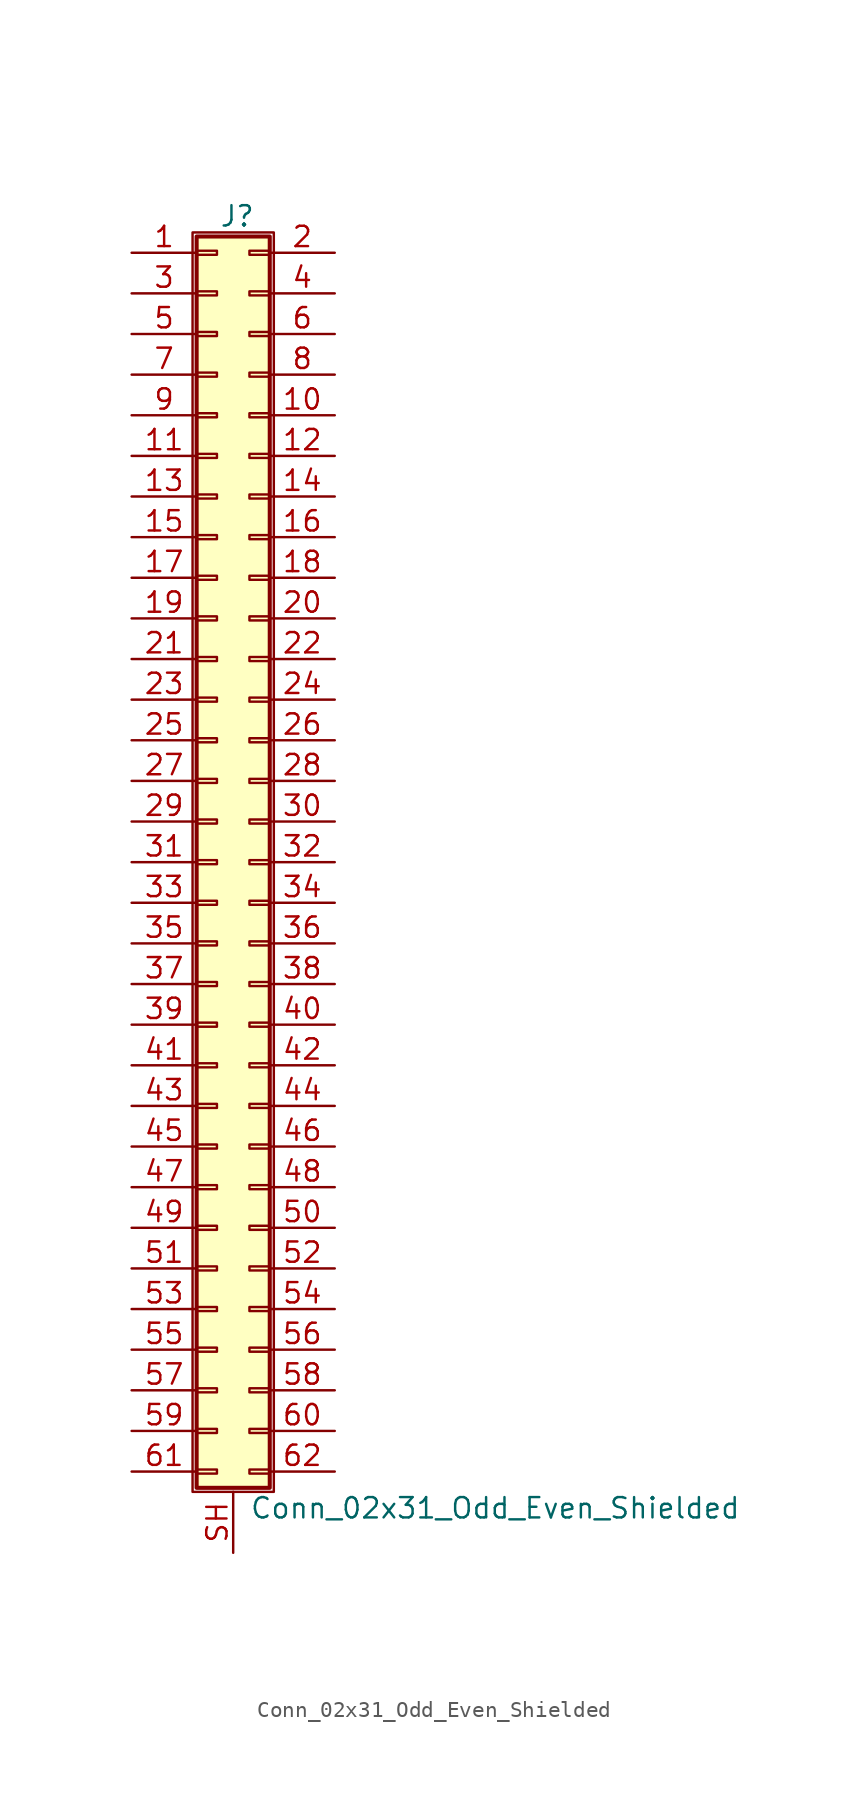
<source format=kicad_sym>
(kicad_symbol_lib
  (version 20201005)
  (generator kicad_symbol_editor)
  (symbol "Conn_02x31_Odd_Even_Shielded"
    (pin_names
      (offset 1.016) hide)
    (property "Reference" "J"
      (at 1.524 40.386 0)
      (effects (font (size 1.27 1.27))))
    (property "Value" "Conn_02x31_Odd_Even_Shielded"
      (at 2.286 -40.386 0)
      (effects (font (size 1.27 1.27)) (justify left)))
    (symbol "Conn_02x31_Odd_Even_Shielded_1_1"
      (rectangle (start -1.27 39.37) (end 3.81 -39.37) (stroke (width 0.152)) (fill (type none)))
      (rectangle (start -1.016 -37.973) (end 0.254 -38.227) (stroke (width 0.152)) (fill (type none)))
      (rectangle (start -1.016 -35.433) (end 0.254 -35.687) (stroke (width 0.152)) (fill (type none)))
      (rectangle (start -1.016 -32.893) (end 0.254 -33.147) (stroke (width 0.152)) (fill (type none)))
      (rectangle (start -1.016 -30.353) (end 0.254 -30.607) (stroke (width 0.152)) (fill (type none)))
      (rectangle (start -1.016 -27.813) (end 0.254 -28.067) (stroke (width 0.152)) (fill (type none)))
      (rectangle (start -1.016 -25.273) (end 0.254 -25.527) (stroke (width 0.152)) (fill (type none)))
      (rectangle (start -1.016 -22.733) (end 0.254 -22.987) (stroke (width 0.152)) (fill (type none)))
      (rectangle (start -1.016 -20.193) (end 0.254 -20.447) (stroke (width 0.152)) (fill (type none)))
      (rectangle (start -1.016 -17.653) (end 0.254 -17.907) (stroke (width 0.152)) (fill (type none)))
      (rectangle (start -1.016 -15.113) (end 0.254 -15.367) (stroke (width 0.152)) (fill (type none)))
      (rectangle (start -1.016 -12.573) (end 0.254 -12.827) (stroke (width 0.152)) (fill (type none)))
      (rectangle (start -1.016 -10.033) (end 0.254 -10.287) (stroke (width 0.152)) (fill (type none)))
      (rectangle (start -1.016 -7.493) (end 0.254 -7.747) (stroke (width 0.152)) (fill (type none)))
      (rectangle (start -1.016 -4.953) (end 0.254 -5.207) (stroke (width 0.152)) (fill (type none)))
      (rectangle (start -1.016 -2.413) (end 0.254 -2.667) (stroke (width 0.152)) (fill (type none)))
      (rectangle (start -1.016 0.127) (end 0.254 -0.127) (stroke (width 0.152)) (fill (type none)))
      (rectangle (start -1.016 2.667) (end 0.254 2.413) (stroke (width 0.152)) (fill (type none)))
      (rectangle (start -1.016 5.207) (end 0.254 4.953) (stroke (width 0.152)) (fill (type none)))
      (rectangle (start -1.016 7.747) (end 0.254 7.493) (stroke (width 0.152)) (fill (type none)))
      (rectangle (start -1.016 10.287) (end 0.254 10.033) (stroke (width 0.152)) (fill (type none)))
      (rectangle (start -1.016 12.827) (end 0.254 12.573) (stroke (width 0.152)) (fill (type none)))
      (rectangle (start -1.016 15.367) (end 0.254 15.113) (stroke (width 0.152)) (fill (type none)))
      (rectangle (start -1.016 17.907) (end 0.254 17.653) (stroke (width 0.152)) (fill (type none)))
      (rectangle (start -1.016 20.447) (end 0.254 20.193) (stroke (width 0.152)) (fill (type none)))
      (rectangle (start -1.016 22.987) (end 0.254 22.733) (stroke (width 0.152)) (fill (type none)))
      (rectangle (start -1.016 25.527) (end 0.254 25.273) (stroke (width 0.152)) (fill (type none)))
      (rectangle (start -1.016 28.067) (end 0.254 27.813) (stroke (width 0.152)) (fill (type none)))
      (rectangle (start -1.016 30.607) (end 0.254 30.353) (stroke (width 0.152)) (fill (type none)))
      (rectangle (start -1.016 33.147) (end 0.254 32.893) (stroke (width 0.152)) (fill (type none)))
      (rectangle (start -1.016 35.687) (end 0.254 35.433) (stroke (width 0.152)) (fill (type none)))
      (rectangle (start -1.016 38.227) (end 0.254 37.973) (stroke (width 0.152)) (fill (type none)))
      (rectangle (start 3.556 -37.973) (end 2.286 -38.227) (stroke (width 0.152)) (fill (type none)))
      (rectangle (start 3.556 -35.433) (end 2.286 -35.687) (stroke (width 0.152)) (fill (type none)))
      (rectangle (start 3.556 -32.893) (end 2.286 -33.147) (stroke (width 0.152)) (fill (type none)))
      (rectangle (start 3.556 -30.353) (end 2.286 -30.607) (stroke (width 0.152)) (fill (type none)))
      (rectangle (start 3.556 -27.813) (end 2.286 -28.067) (stroke (width 0.152)) (fill (type none)))
      (rectangle (start 3.556 -25.273) (end 2.286 -25.527) (stroke (width 0.152)) (fill (type none)))
      (rectangle (start 3.556 -22.733) (end 2.286 -22.987) (stroke (width 0.152)) (fill (type none)))
      (rectangle (start 3.556 -20.193) (end 2.286 -20.447) (stroke (width 0.152)) (fill (type none)))
      (rectangle (start 3.556 -17.653) (end 2.286 -17.907) (stroke (width 0.152)) (fill (type none)))
      (rectangle (start 3.556 -15.113) (end 2.286 -15.367) (stroke (width 0.152)) (fill (type none)))
      (rectangle (start 3.556 -12.573) (end 2.286 -12.827) (stroke (width 0.152)) (fill (type none)))
      (rectangle (start 3.556 -10.033) (end 2.286 -10.287) (stroke (width 0.152)) (fill (type none)))
      (rectangle (start 3.556 -7.493) (end 2.286 -7.747) (stroke (width 0.152)) (fill (type none)))
      (rectangle (start 3.556 -4.953) (end 2.286 -5.207) (stroke (width 0.152)) (fill (type none)))
      (rectangle (start 3.556 -2.413) (end 2.286 -2.667) (stroke (width 0.152)) (fill (type none)))
      (rectangle (start 3.556 0.127) (end 2.286 -0.127) (stroke (width 0.152)) (fill (type none)))
      (rectangle (start 3.556 2.667) (end 2.286 2.413) (stroke (width 0.152)) (fill (type none)))
      (rectangle (start 3.556 5.207) (end 2.286 4.953) (stroke (width 0.152)) (fill (type none)))
      (rectangle (start 3.556 7.747) (end 2.286 7.493) (stroke (width 0.152)) (fill (type none)))
      (rectangle (start 3.556 10.287) (end 2.286 10.033) (stroke (width 0.152)) (fill (type none)))
      (rectangle (start 3.556 12.827) (end 2.286 12.573) (stroke (width 0.152)) (fill (type none)))
      (rectangle (start 3.556 15.367) (end 2.286 15.113) (stroke (width 0.152)) (fill (type none)))
      (rectangle (start 3.556 17.907) (end 2.286 17.653) (stroke (width 0.152)) (fill (type none)))
      (rectangle (start 3.556 20.447) (end 2.286 20.193) (stroke (width 0.152)) (fill (type none)))
      (rectangle (start 3.556 22.987) (end 2.286 22.733) (stroke (width 0.152)) (fill (type none)))
      (rectangle (start 3.556 25.527) (end 2.286 25.273) (stroke (width 0.152)) (fill (type none)))
      (rectangle (start 3.556 28.067) (end 2.286 27.813) (stroke (width 0.152)) (fill (type none)))
      (rectangle (start 3.556 30.607) (end 2.286 30.353) (stroke (width 0.152)) (fill (type none)))
      (rectangle (start 3.556 33.147) (end 2.286 32.893) (stroke (width 0.152)) (fill (type none)))
      (rectangle (start 3.556 35.687) (end 2.286 35.433) (stroke (width 0.152)) (fill (type none)))
      (rectangle (start 3.556 38.227) (end 2.286 37.973) (stroke (width 0.152)) (fill (type none)))
      (rectangle (start -1.016 39.116) (end 3.556 -39.116) (stroke (width 0.254)) (fill (type background)))
      (pin passive line (at -5.08 38.1 0) (length 4.064) (name "Pin_1" (effects (font (size 1.27 1.27)))) (number "1" (effects (font (size 1.27 1.27)))))
      (pin passive line (at 7.62 27.94 180) (length 4.064) (name "Pin_10" (effects (font (size 1.27 1.27)))) (number "10" (effects (font (size 1.27 1.27)))))
      (pin passive line (at -5.08 25.4 0) (length 4.064) (name "Pin_11" (effects (font (size 1.27 1.27)))) (number "11" (effects (font (size 1.27 1.27)))))
      (pin passive line (at 7.62 25.4 180) (length 4.064) (name "Pin_12" (effects (font (size 1.27 1.27)))) (number "12" (effects (font (size 1.27 1.27)))))
      (pin passive line (at -5.08 22.86 0) (length 4.064) (name "Pin_13" (effects (font (size 1.27 1.27)))) (number "13" (effects (font (size 1.27 1.27)))))
      (pin passive line (at 7.62 22.86 180) (length 4.064) (name "Pin_14" (effects (font (size 1.27 1.27)))) (number "14" (effects (font (size 1.27 1.27)))))
      (pin passive line (at -5.08 20.32 0) (length 4.064) (name "Pin_15" (effects (font (size 1.27 1.27)))) (number "15" (effects (font (size 1.27 1.27)))))
      (pin passive line (at 7.62 20.32 180) (length 4.064) (name "Pin_16" (effects (font (size 1.27 1.27)))) (number "16" (effects (font (size 1.27 1.27)))))
      (pin passive line (at -5.08 17.78 0) (length 4.064) (name "Pin_17" (effects (font (size 1.27 1.27)))) (number "17" (effects (font (size 1.27 1.27)))))
      (pin passive line (at 7.62 17.78 180) (length 4.064) (name "Pin_18" (effects (font (size 1.27 1.27)))) (number "18" (effects (font (size 1.27 1.27)))))
      (pin passive line (at -5.08 15.24 0) (length 4.064) (name "Pin_19" (effects (font (size 1.27 1.27)))) (number "19" (effects (font (size 1.27 1.27)))))
      (pin passive line (at 7.62 38.1 180) (length 4.064) (name "Pin_2" (effects (font (size 1.27 1.27)))) (number "2" (effects (font (size 1.27 1.27)))))
      (pin passive line (at 7.62 15.24 180) (length 4.064) (name "Pin_20" (effects (font (size 1.27 1.27)))) (number "20" (effects (font (size 1.27 1.27)))))
      (pin passive line (at -5.08 12.7 0) (length 4.064) (name "Pin_21" (effects (font (size 1.27 1.27)))) (number "21" (effects (font (size 1.27 1.27)))))
      (pin passive line (at 7.62 12.7 180) (length 4.064) (name "Pin_22" (effects (font (size 1.27 1.27)))) (number "22" (effects (font (size 1.27 1.27)))))
      (pin passive line (at -5.08 10.16 0) (length 4.064) (name "Pin_23" (effects (font (size 1.27 1.27)))) (number "23" (effects (font (size 1.27 1.27)))))
      (pin passive line (at 7.62 10.16 180) (length 4.064) (name "Pin_24" (effects (font (size 1.27 1.27)))) (number "24" (effects (font (size 1.27 1.27)))))
      (pin passive line (at -5.08 7.62 0) (length 4.064) (name "Pin_25" (effects (font (size 1.27 1.27)))) (number "25" (effects (font (size 1.27 1.27)))))
      (pin passive line (at 7.62 7.62 180) (length 4.064) (name "Pin_26" (effects (font (size 1.27 1.27)))) (number "26" (effects (font (size 1.27 1.27)))))
      (pin passive line (at -5.08 5.08 0) (length 4.064) (name "Pin_27" (effects (font (size 1.27 1.27)))) (number "27" (effects (font (size 1.27 1.27)))))
      (pin passive line (at 7.62 5.08 180) (length 4.064) (name "Pin_28" (effects (font (size 1.27 1.27)))) (number "28" (effects (font (size 1.27 1.27)))))
      (pin passive line (at -5.08 2.54 0) (length 4.064) (name "Pin_29" (effects (font (size 1.27 1.27)))) (number "29" (effects (font (size 1.27 1.27)))))
      (pin passive line (at -5.08 35.56 0) (length 4.064) (name "Pin_3" (effects (font (size 1.27 1.27)))) (number "3" (effects (font (size 1.27 1.27)))))
      (pin passive line (at 7.62 2.54 180) (length 4.064) (name "Pin_30" (effects (font (size 1.27 1.27)))) (number "30" (effects (font (size 1.27 1.27)))))
      (pin passive line (at -5.08 0 0) (length 4.064) (name "Pin_31" (effects (font (size 1.27 1.27)))) (number "31" (effects (font (size 1.27 1.27)))))
      (pin passive line (at 7.62 0 180) (length 4.064) (name "Pin_32" (effects (font (size 1.27 1.27)))) (number "32" (effects (font (size 1.27 1.27)))))
      (pin passive line (at -5.08 -2.54 0) (length 4.064) (name "Pin_33" (effects (font (size 1.27 1.27)))) (number "33" (effects (font (size 1.27 1.27)))))
      (pin passive line (at 7.62 -2.54 180) (length 4.064) (name "Pin_34" (effects (font (size 1.27 1.27)))) (number "34" (effects (font (size 1.27 1.27)))))
      (pin passive line (at -5.08 -5.08 0) (length 4.064) (name "Pin_35" (effects (font (size 1.27 1.27)))) (number "35" (effects (font (size 1.27 1.27)))))
      (pin passive line (at 7.62 -5.08 180) (length 4.064) (name "Pin_36" (effects (font (size 1.27 1.27)))) (number "36" (effects (font (size 1.27 1.27)))))
      (pin passive line (at -5.08 -7.62 0) (length 4.064) (name "Pin_37" (effects (font (size 1.27 1.27)))) (number "37" (effects (font (size 1.27 1.27)))))
      (pin passive line (at 7.62 -7.62 180) (length 4.064) (name "Pin_38" (effects (font (size 1.27 1.27)))) (number "38" (effects (font (size 1.27 1.27)))))
      (pin passive line (at -5.08 -10.16 0) (length 4.064) (name "Pin_39" (effects (font (size 1.27 1.27)))) (number "39" (effects (font (size 1.27 1.27)))))
      (pin passive line (at 7.62 35.56 180) (length 4.064) (name "Pin_4" (effects (font (size 1.27 1.27)))) (number "4" (effects (font (size 1.27 1.27)))))
      (pin passive line (at 7.62 -10.16 180) (length 4.064) (name "Pin_40" (effects (font (size 1.27 1.27)))) (number "40" (effects (font (size 1.27 1.27)))))
      (pin passive line (at -5.08 -12.7 0) (length 4.064) (name "Pin_41" (effects (font (size 1.27 1.27)))) (number "41" (effects (font (size 1.27 1.27)))))
      (pin passive line (at 7.62 -12.7 180) (length 4.064) (name "Pin_42" (effects (font (size 1.27 1.27)))) (number "42" (effects (font (size 1.27 1.27)))))
      (pin passive line (at -5.08 -15.24 0) (length 4.064) (name "Pin_43" (effects (font (size 1.27 1.27)))) (number "43" (effects (font (size 1.27 1.27)))))
      (pin passive line (at 7.62 -15.24 180) (length 4.064) (name "Pin_44" (effects (font (size 1.27 1.27)))) (number "44" (effects (font (size 1.27 1.27)))))
      (pin passive line (at -5.08 -17.78 0) (length 4.064) (name "Pin_45" (effects (font (size 1.27 1.27)))) (number "45" (effects (font (size 1.27 1.27)))))
      (pin passive line (at 7.62 -17.78 180) (length 4.064) (name "Pin_46" (effects (font (size 1.27 1.27)))) (number "46" (effects (font (size 1.27 1.27)))))
      (pin passive line (at -5.08 -20.32 0) (length 4.064) (name "Pin_47" (effects (font (size 1.27 1.27)))) (number "47" (effects (font (size 1.27 1.27)))))
      (pin passive line (at 7.62 -20.32 180) (length 4.064) (name "Pin_48" (effects (font (size 1.27 1.27)))) (number "48" (effects (font (size 1.27 1.27)))))
      (pin passive line (at -5.08 -22.86 0) (length 4.064) (name "Pin_49" (effects (font (size 1.27 1.27)))) (number "49" (effects (font (size 1.27 1.27)))))
      (pin passive line (at -5.08 33.02 0) (length 4.064) (name "Pin_5" (effects (font (size 1.27 1.27)))) (number "5" (effects (font (size 1.27 1.27)))))
      (pin passive line (at 7.62 -22.86 180) (length 4.064) (name "Pin_50" (effects (font (size 1.27 1.27)))) (number "50" (effects (font (size 1.27 1.27)))))
      (pin passive line (at -5.08 -25.4 0) (length 4.064) (name "Pin_51" (effects (font (size 1.27 1.27)))) (number "51" (effects (font (size 1.27 1.27)))))
      (pin passive line (at 7.62 -25.4 180) (length 4.064) (name "Pin_52" (effects (font (size 1.27 1.27)))) (number "52" (effects (font (size 1.27 1.27)))))
      (pin passive line (at -5.08 -27.94 0) (length 4.064) (name "Pin_53" (effects (font (size 1.27 1.27)))) (number "53" (effects (font (size 1.27 1.27)))))
      (pin passive line (at 7.62 -27.94 180) (length 4.064) (name "Pin_54" (effects (font (size 1.27 1.27)))) (number "54" (effects (font (size 1.27 1.27)))))
      (pin passive line (at -5.08 -30.48 0) (length 4.064) (name "Pin_55" (effects (font (size 1.27 1.27)))) (number "55" (effects (font (size 1.27 1.27)))))
      (pin passive line (at 7.62 -30.48 180) (length 4.064) (name "Pin_56" (effects (font (size 1.27 1.27)))) (number "56" (effects (font (size 1.27 1.27)))))
      (pin passive line (at -5.08 -33.02 0) (length 4.064) (name "Pin_57" (effects (font (size 1.27 1.27)))) (number "57" (effects (font (size 1.27 1.27)))))
      (pin passive line (at 7.62 -33.02 180) (length 4.064) (name "Pin_58" (effects (font (size 1.27 1.27)))) (number "58" (effects (font (size 1.27 1.27)))))
      (pin passive line (at -5.08 -35.56 0) (length 4.064) (name "Pin_59" (effects (font (size 1.27 1.27)))) (number "59" (effects (font (size 1.27 1.27)))))
      (pin passive line (at 7.62 33.02 180) (length 4.064) (name "Pin_6" (effects (font (size 1.27 1.27)))) (number "6" (effects (font (size 1.27 1.27)))))
      (pin passive line (at 7.62 -35.56 180) (length 4.064) (name "Pin_60" (effects (font (size 1.27 1.27)))) (number "60" (effects (font (size 1.27 1.27)))))
      (pin passive line (at -5.08 -38.1 0) (length 4.064) (name "Pin_61" (effects (font (size 1.27 1.27)))) (number "61" (effects (font (size 1.27 1.27)))))
      (pin passive line (at 7.62 -38.1 180) (length 4.064) (name "Pin_62" (effects (font (size 1.27 1.27)))) (number "62" (effects (font (size 1.27 1.27)))))
      (pin passive line (at -5.08 30.48 0) (length 4.064) (name "Pin_7" (effects (font (size 1.27 1.27)))) (number "7" (effects (font (size 1.27 1.27)))))
      (pin passive line (at 7.62 30.48 180) (length 4.064) (name "Pin_8" (effects (font (size 1.27 1.27)))) (number "8" (effects (font (size 1.27 1.27)))))
      (pin passive line (at -5.08 27.94 0) (length 4.064) (name "Pin_9" (effects (font (size 1.27 1.27)))) (number "9" (effects (font (size 1.27 1.27)))))
      (pin passive line (at 1.27 -43.18 90) (length 3.81) (name "Shield" (effects (font (size 1.27 1.27)))) (number "SH" (effects (font (size 1.27 1.27))))))))
</source>
